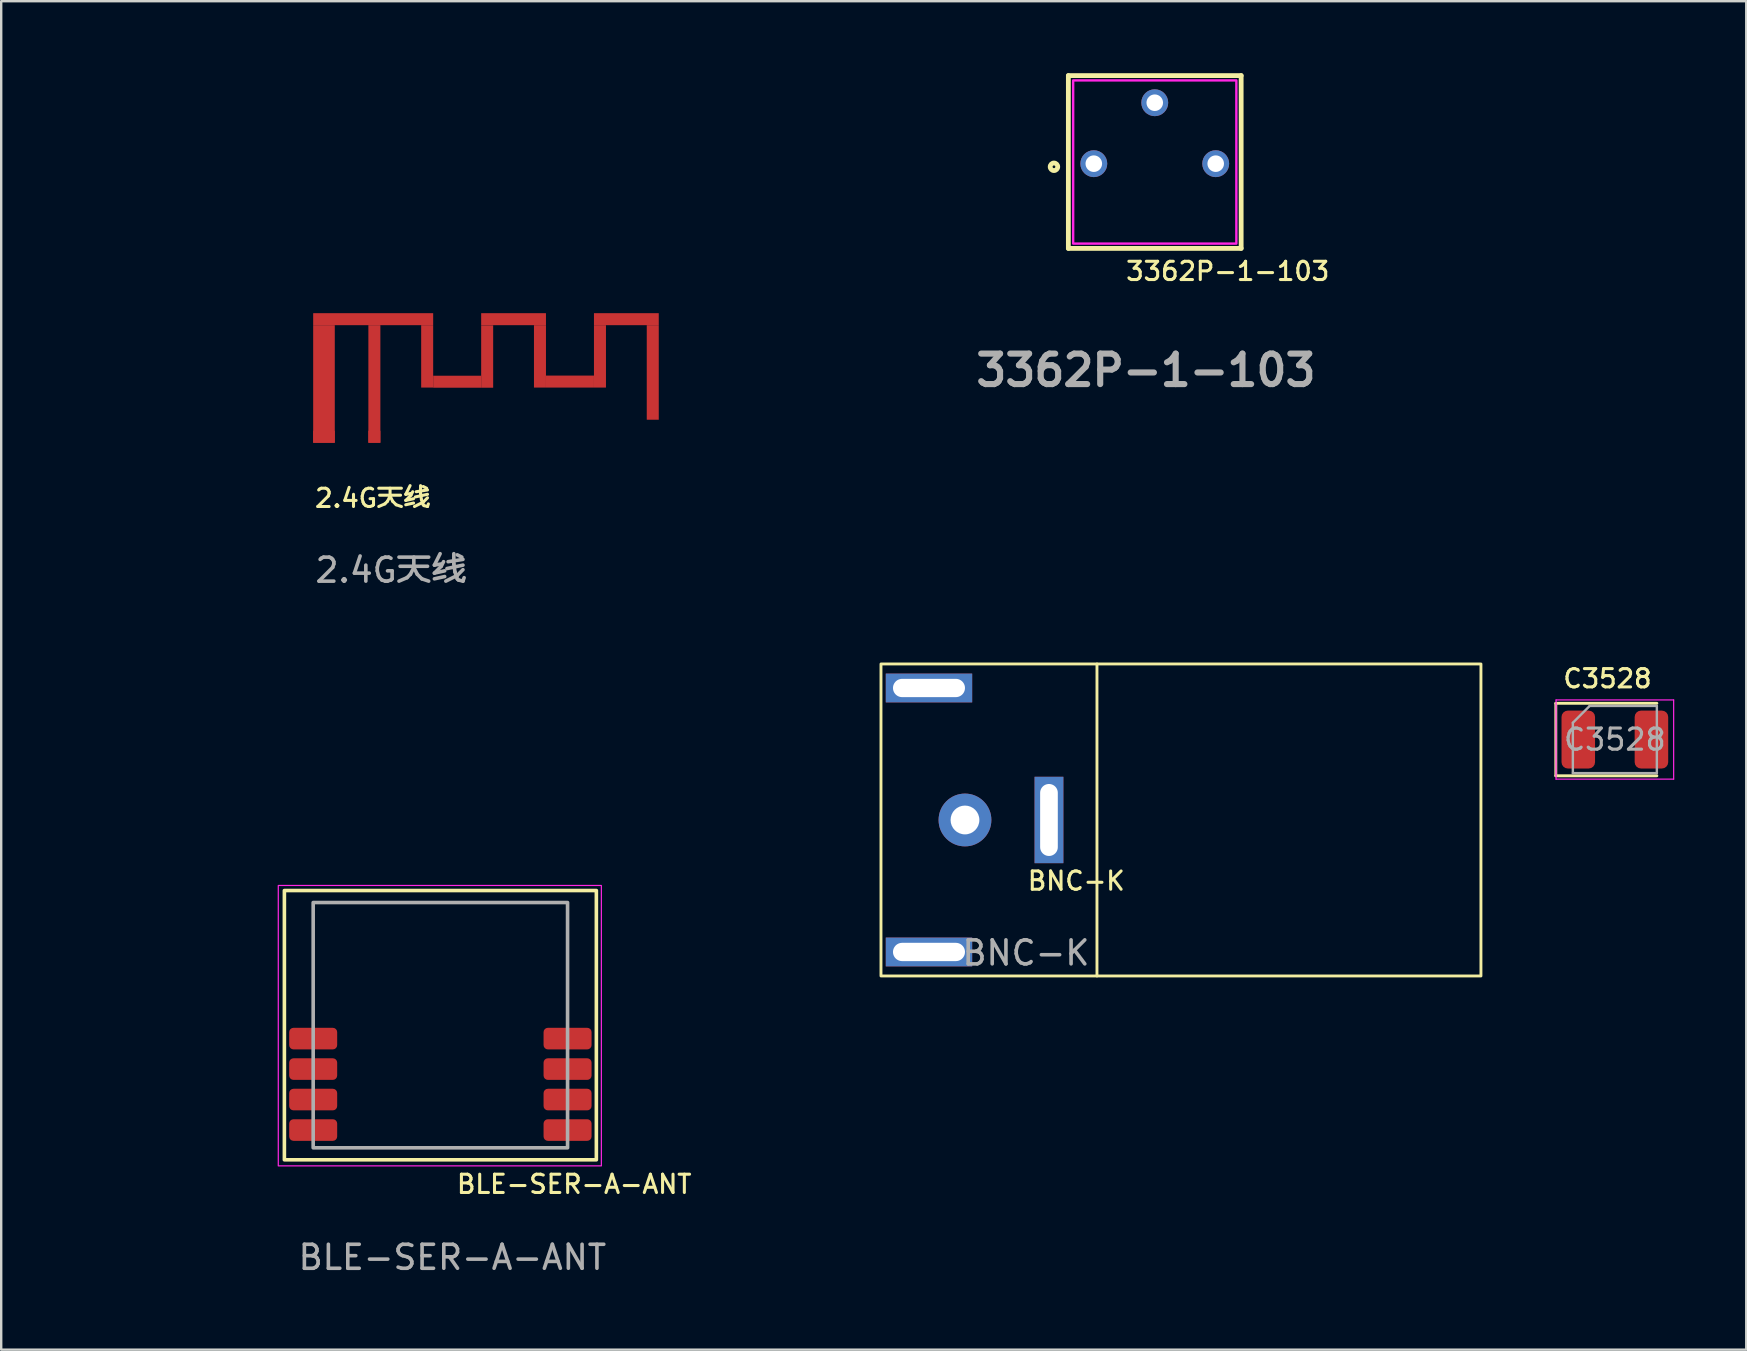
<source format=kicad_pcb>
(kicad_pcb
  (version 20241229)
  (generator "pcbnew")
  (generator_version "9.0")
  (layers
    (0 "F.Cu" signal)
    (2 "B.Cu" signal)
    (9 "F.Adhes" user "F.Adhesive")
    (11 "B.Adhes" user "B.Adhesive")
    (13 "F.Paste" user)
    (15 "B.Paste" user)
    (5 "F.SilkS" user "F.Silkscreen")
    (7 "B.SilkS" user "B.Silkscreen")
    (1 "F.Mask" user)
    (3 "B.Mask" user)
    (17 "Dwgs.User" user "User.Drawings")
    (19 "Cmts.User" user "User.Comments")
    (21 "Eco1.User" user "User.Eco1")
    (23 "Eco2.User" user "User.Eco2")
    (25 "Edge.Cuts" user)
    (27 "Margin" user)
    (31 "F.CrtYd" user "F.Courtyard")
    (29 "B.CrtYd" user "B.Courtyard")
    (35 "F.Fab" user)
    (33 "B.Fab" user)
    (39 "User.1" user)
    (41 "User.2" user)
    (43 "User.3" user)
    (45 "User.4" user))
  (footprint "BNC-K"
    (layer "F.Cu")
    (at 37.16 31.118)
    (property "Reference" "BNC-K" (at 2.54 2.54 0) (unlocked yes) (layer "F.SilkS") (effects (font (size 0.762 0.762) (thickness 0.127)) (justify left)))
    (attr through_hole)
    (fp_line (start 5.5 6.5) (end 5.5 -6.5) (stroke (width 0.12) (type solid)) (layer "F.SilkS"))
    (fp_rect (start -3.5 6.5) (end 21.5 -6.5) (stroke (width 0.12) (type solid)) (fill no) (layer "F.SilkS"))
    (fp_text user "${REFERENCE}" (at 2.54 5.54 0) (unlocked yes) (layer "F.Fab") (effects (font (size 1 1) (thickness 0.15))))
    (pad "1" thru_hole circle (at 0 0) (size 2.2 2.2) (drill 1.2) (layers "*.Cu" "*.Mask"))
    (pad "2" thru_hole rect (at 3.5 0 90) (size 3.6 1.2) (drill oval 3 0.736) (layers "*.Cu" "*.Mask"))
    (pad "3" thru_hole rect (at -1.5 -5.5) (size 3.6 1.2) (drill oval 3 0.762) (layers "*.Cu" "*.Mask"))
    (pad "4" thru_hole rect (at -1.5 5.5) (size 3.6 1.2) (drill oval 3 0.762) (layers "*.Cu" "*.Mask")))
  (footprint "2.4G天线"
    (layer "F.Cu")
    (at 10 15.4)
    (property "Reference" "2.4G天线" (at 0 2.31 0) (unlocked yes) (layer "F.SilkS") (effects (font (size 0.762 0.762) (thickness 0.127)) (justify left)))
    (attr smd)
    (fp_rect (start 0 -5.4) (end 5 -4.9) (stroke (width 0) (type solid)) (fill yes) (layer "F.Cu"))
    (fp_rect (start 0 -4.9) (end 0.9 0) (stroke (width 0) (type solid)) (fill yes) (layer "F.Cu"))
    (fp_rect (start 2.3 -4.9) (end 2.8 0) (stroke (width 0) (type solid)) (fill yes) (layer "F.Cu"))
    (fp_rect (start 4.5 -4.9) (end 5 -2.3) (stroke (width 0) (type solid)) (fill yes) (layer "F.Cu"))
    (fp_rect (start 5 -2.794) (end 7 -2.294) (stroke (width 0) (type solid)) (fill yes) (layer "F.Cu"))
    (fp_rect (start 7 -5.4) (end 9.7 -4.9) (stroke (width 0) (type solid)) (fill yes) (layer "F.Cu"))
    (fp_rect (start 7 -4.894) (end 7.5 -2.294) (stroke (width 0) (type solid)) (fill yes) (layer "F.Cu"))
    (fp_rect (start 9.2 -4.9) (end 9.7 -2.3) (stroke (width 0) (type solid)) (fill yes) (layer "F.Cu"))
    (fp_rect (start 9.7 -2.8) (end 11.7 -2.3) (stroke (width 0) (type solid)) (fill yes) (layer "F.Cu"))
    (fp_rect (start 11.7 -5.4) (end 14.4 -4.9) (stroke (width 0) (type solid)) (fill yes) (layer "F.Cu"))
    (fp_rect (start 11.7 -4.9) (end 12.2 -2.3) (stroke (width 0) (type solid)) (fill yes) (layer "F.Cu"))
    (fp_rect (start 13.9 -4.9) (end 14.4 -0.96) (stroke (width 0) (type solid)) (fill yes) (layer "F.Cu"))
    (fp_text user "${REFERENCE}" (at 0 5.31 0) (unlocked yes) (layer "F.Fab") (effects (font (size 1 1) (thickness 0.15)) (justify left)))
    (pad "1" smd rect (at 2.55 -0.25) (size 0.5 0.5) (layers "F.Cu" "F.Paste"))
    (pad "2" smd rect (at 0.45 -0.25) (size 0.9 0.5) (layers "F.Cu" "F.Paste"))
    (zone (net_name "") (layers "F.Cu" "B.Cu") (name "2.4") (hatch edge 0.5) (connect_pads) (min_thickness 0.25) (filled_areas_thickness no) (keepout (tracks not_allowed) (vias not_allowed) (pads not_allowed) (copperpour not_allowed) (footprints not_allowed)) (placement (enabled no)) (fill) (polygon (pts (xy 0 0) (xy 34.4 0) (xy 34.4 14.9) (xy 0 14.9))))
    (zone (net_name "") (layers "F.Cu" "B.Cu") (name "2.4GTAN") (hatch edge 0.5) (connect_pads) (min_thickness 0.25) (filled_areas_thickness no) (keepout (tracks not_allowed) (vias not_allowed) (pads not_allowed) (copperpour not_allowed) (footprints not_allowed)) (placement (enabled no)) (fill) (polygon (pts (xy 9.5 9.7) (xy 24.7 9.7) (xy 24.7 14.9) (xy 9.5 14.9)))))
  (footprint "BLE-SER-A-ANT"
    (layer "F.Cu")
    (at 8.8 45.278)
    (property "Reference" "BLE-SER-A-ANT" (at 7.112 1.016 0) (unlocked yes) (layer "F.SilkS") (effects (font (size 0.762 0.762) (thickness 0.127)) (justify left)))
    (attr smd)
    (fp_rect (start 0 -11.22) (end 13 0) (stroke (width 0.15) (type default)) (fill no) (layer "F.SilkS"))
    (fp_rect (start -0.254 -11.43) (end 13.208 0.254) (stroke (width 0.05) (type default)) (fill no) (layer "F.CrtYd"))
    (fp_rect (start 1.2 -10.72) (end 11.8 -0.5) (stroke (width 0.15) (type default)) (fill no) (layer "F.Fab"))
    (fp_text user "${REFERENCE}" (at 7 4.064 0) (unlocked yes) (layer "F.Fab") (effects (font (size 1 1) (thickness 0.15))))
    (pad "1" smd roundrect (at 1.2 -5.05) (size 2 0.9) (layers "F.Cu" "F.Mask" "F.Paste") (roundrect_rratio 0.2))
    (pad "2" smd roundrect (at 1.2 -3.78) (size 2 0.9) (layers "F.Cu" "F.Mask" "F.Paste") (roundrect_rratio 0.2))
    (pad "3" smd roundrect (at 1.2 -2.51) (size 2 0.9) (layers "F.Cu" "F.Mask" "F.Paste") (roundrect_rratio 0.2))
    (pad "4" smd roundrect (at 1.2 -1.24) (size 2 0.9) (layers "F.Cu" "F.Mask" "F.Paste") (roundrect_rratio 0.2))
    (pad "5" smd roundrect (at 11.8 -1.24) (size 2 0.9) (layers "F.Cu" "F.Mask" "F.Paste") (roundrect_rratio 0.2))
    (pad "6" smd roundrect (at 11.8 -2.51) (size 2 0.9) (layers "F.Cu" "F.Mask" "F.Paste") (roundrect_rratio 0.2))
    (pad "7" smd roundrect (at 11.8 -3.78) (size 2 0.9) (layers "F.Cu" "F.Mask" "F.Paste") (roundrect_rratio 0.2))
    (pad "8" smd roundrect (at 11.8 -5.05) (size 2 0.9) (layers "F.Cu" "F.Mask" "F.Paste") (roundrect_rratio 0.2))
    (zone (net_name "") (layers "F.Cu" "B.Cu") (name "蓝牙天线") (hatch edge 0.5) (connect_pads) (min_thickness 0.25) (filled_areas_thickness no) (keepout (tracks not_allowed) (vias not_allowed) (pads not_allowed) (copperpour not_allowed) (footprints not_allowed)) (placement (enabled no)) (fill) (polygon (pts (xy 0 24.558) (xy 30.6 24.558) (xy 30.6 39.678) (xy 0 39.678)))))
  (footprint "3362P-1-103"
    (layer "F.Cu")
    (at 45.068 7.3)
    (property "Reference" "3362P-1-103" (at -1.27 0.953 0) (layer "F.SilkS") (effects (font (size 0.762 0.762) (thickness 0.127)) (justify left)))
    (attr through_hole)
    (fp_line (start -3.6 -7.2) (end -3.6 0) (stroke (width 0.2) (type solid)) (layer "F.SilkS"))
    (fp_line (start 3.6 -7.2) (end -3.6 -7.2) (stroke (width 0.2) (type solid)) (layer "F.SilkS"))
    (fp_line (start 3.6 0) (end -3.6 0) (stroke (width 0.2) (type solid)) (layer "F.SilkS"))
    (fp_line (start 3.6 0) (end 3.6 -7.2) (stroke (width 0.2) (type solid)) (layer "F.SilkS"))
    (fp_circle (center -4.2 -3.4) (end -4.2 -3.343) (stroke (width 0.2) (type solid)) (fill no) (layer "F.SilkS"))
    (fp_rect (start -3.4 -7) (end 3.4 -0.2) (stroke (width 0.1) (type default)) (fill no) (layer "F.CrtYd"))
    (fp_text user "${REFERENCE}" (at -0.368 5.08 0) (layer "F.Fab") (effects (font (size 1.27 1.27) (thickness 0.254))))
    (pad "1" thru_hole circle (at -2.54 -3.53) (size 1.12 1.12) (drill 0.69) (layers "*.Cu" "*.Mask"))
    (pad "2" thru_hole circle (at 0 -6.07) (size 1.12 1.12) (drill 0.69) (layers "*.Cu" "*.Mask"))
    (pad "3" thru_hole circle (at 2.54 -3.53) (size 1.12 1.12) (drill 0.69) (layers "*.Cu" "*.Mask")))
  (footprint "C3528"
    (layer "F.Cu")
    (at 64.24 27.767)
    (property "Reference" "C3528" (at -2.223 -2.54 0) (layer "F.SilkS") (effects (font (size 0.762 0.762) (thickness 0.127)) (justify left)))
    (attr smd)
    (fp_line (start -2.46 -1.51) (end -2.46 1.51) (stroke (width 0.12) (type solid)) (layer "F.SilkS"))
    (fp_line (start -2.46 1.51) (end 1.75 1.51) (stroke (width 0.12) (type solid)) (layer "F.SilkS"))
    (fp_line (start 1.75 -1.51) (end -2.46 -1.51) (stroke (width 0.12) (type solid)) (layer "F.SilkS"))
    (fp_line (start -2.45 -1.65) (end 2.45 -1.65) (stroke (width 0.05) (type solid)) (layer "F.CrtYd"))
    (fp_line (start -2.45 1.65) (end -2.45 -1.65) (stroke (width 0.05) (type solid)) (layer "F.CrtYd"))
    (fp_line (start 2.45 -1.65) (end 2.45 1.65) (stroke (width 0.05) (type solid)) (layer "F.CrtYd"))
    (fp_line (start 2.45 1.65) (end -2.45 1.65) (stroke (width 0.05) (type solid)) (layer "F.CrtYd"))
    (fp_line (start -1.75 -0.7) (end -1.75 1.4) (stroke (width 0.1) (type solid)) (layer "F.Fab"))
    (fp_line (start -1.75 1.4) (end 1.75 1.4) (stroke (width 0.1) (type solid)) (layer "F.Fab"))
    (fp_line (start -1.05 -1.4) (end -1.75 -0.7) (stroke (width 0.1) (type solid)) (layer "F.Fab"))
    (fp_line (start 1.75 -1.4) (end -1.05 -1.4) (stroke (width 0.1) (type solid)) (layer "F.Fab"))
    (fp_line (start 1.75 1.4) (end 1.75 -1.4) (stroke (width 0.1) (type solid)) (layer "F.Fab"))
    (fp_text user "${REFERENCE}" (at 0 0 0) (layer "F.Fab") (effects (font (size 0.88 0.88) (thickness 0.13))))
    (pad "1" smd roundrect (at -1.524 0) (size 1.397 2.413) (layers "F.Cu" "F.Mask" "F.Paste") (roundrect_rratio 0.189))
    (pad "2" smd roundrect (at 1.524 0) (size 1.397 2.413) (layers "F.Cu" "F.Mask" "F.Paste") (roundrect_rratio 0.189)))
  (gr_rect
    (start -3 -3)
    (end 69.715 53.191)
    (stroke (width 0.1) (type default))
    (fill no)
    (layer "Edge.Cuts")))
</source>
